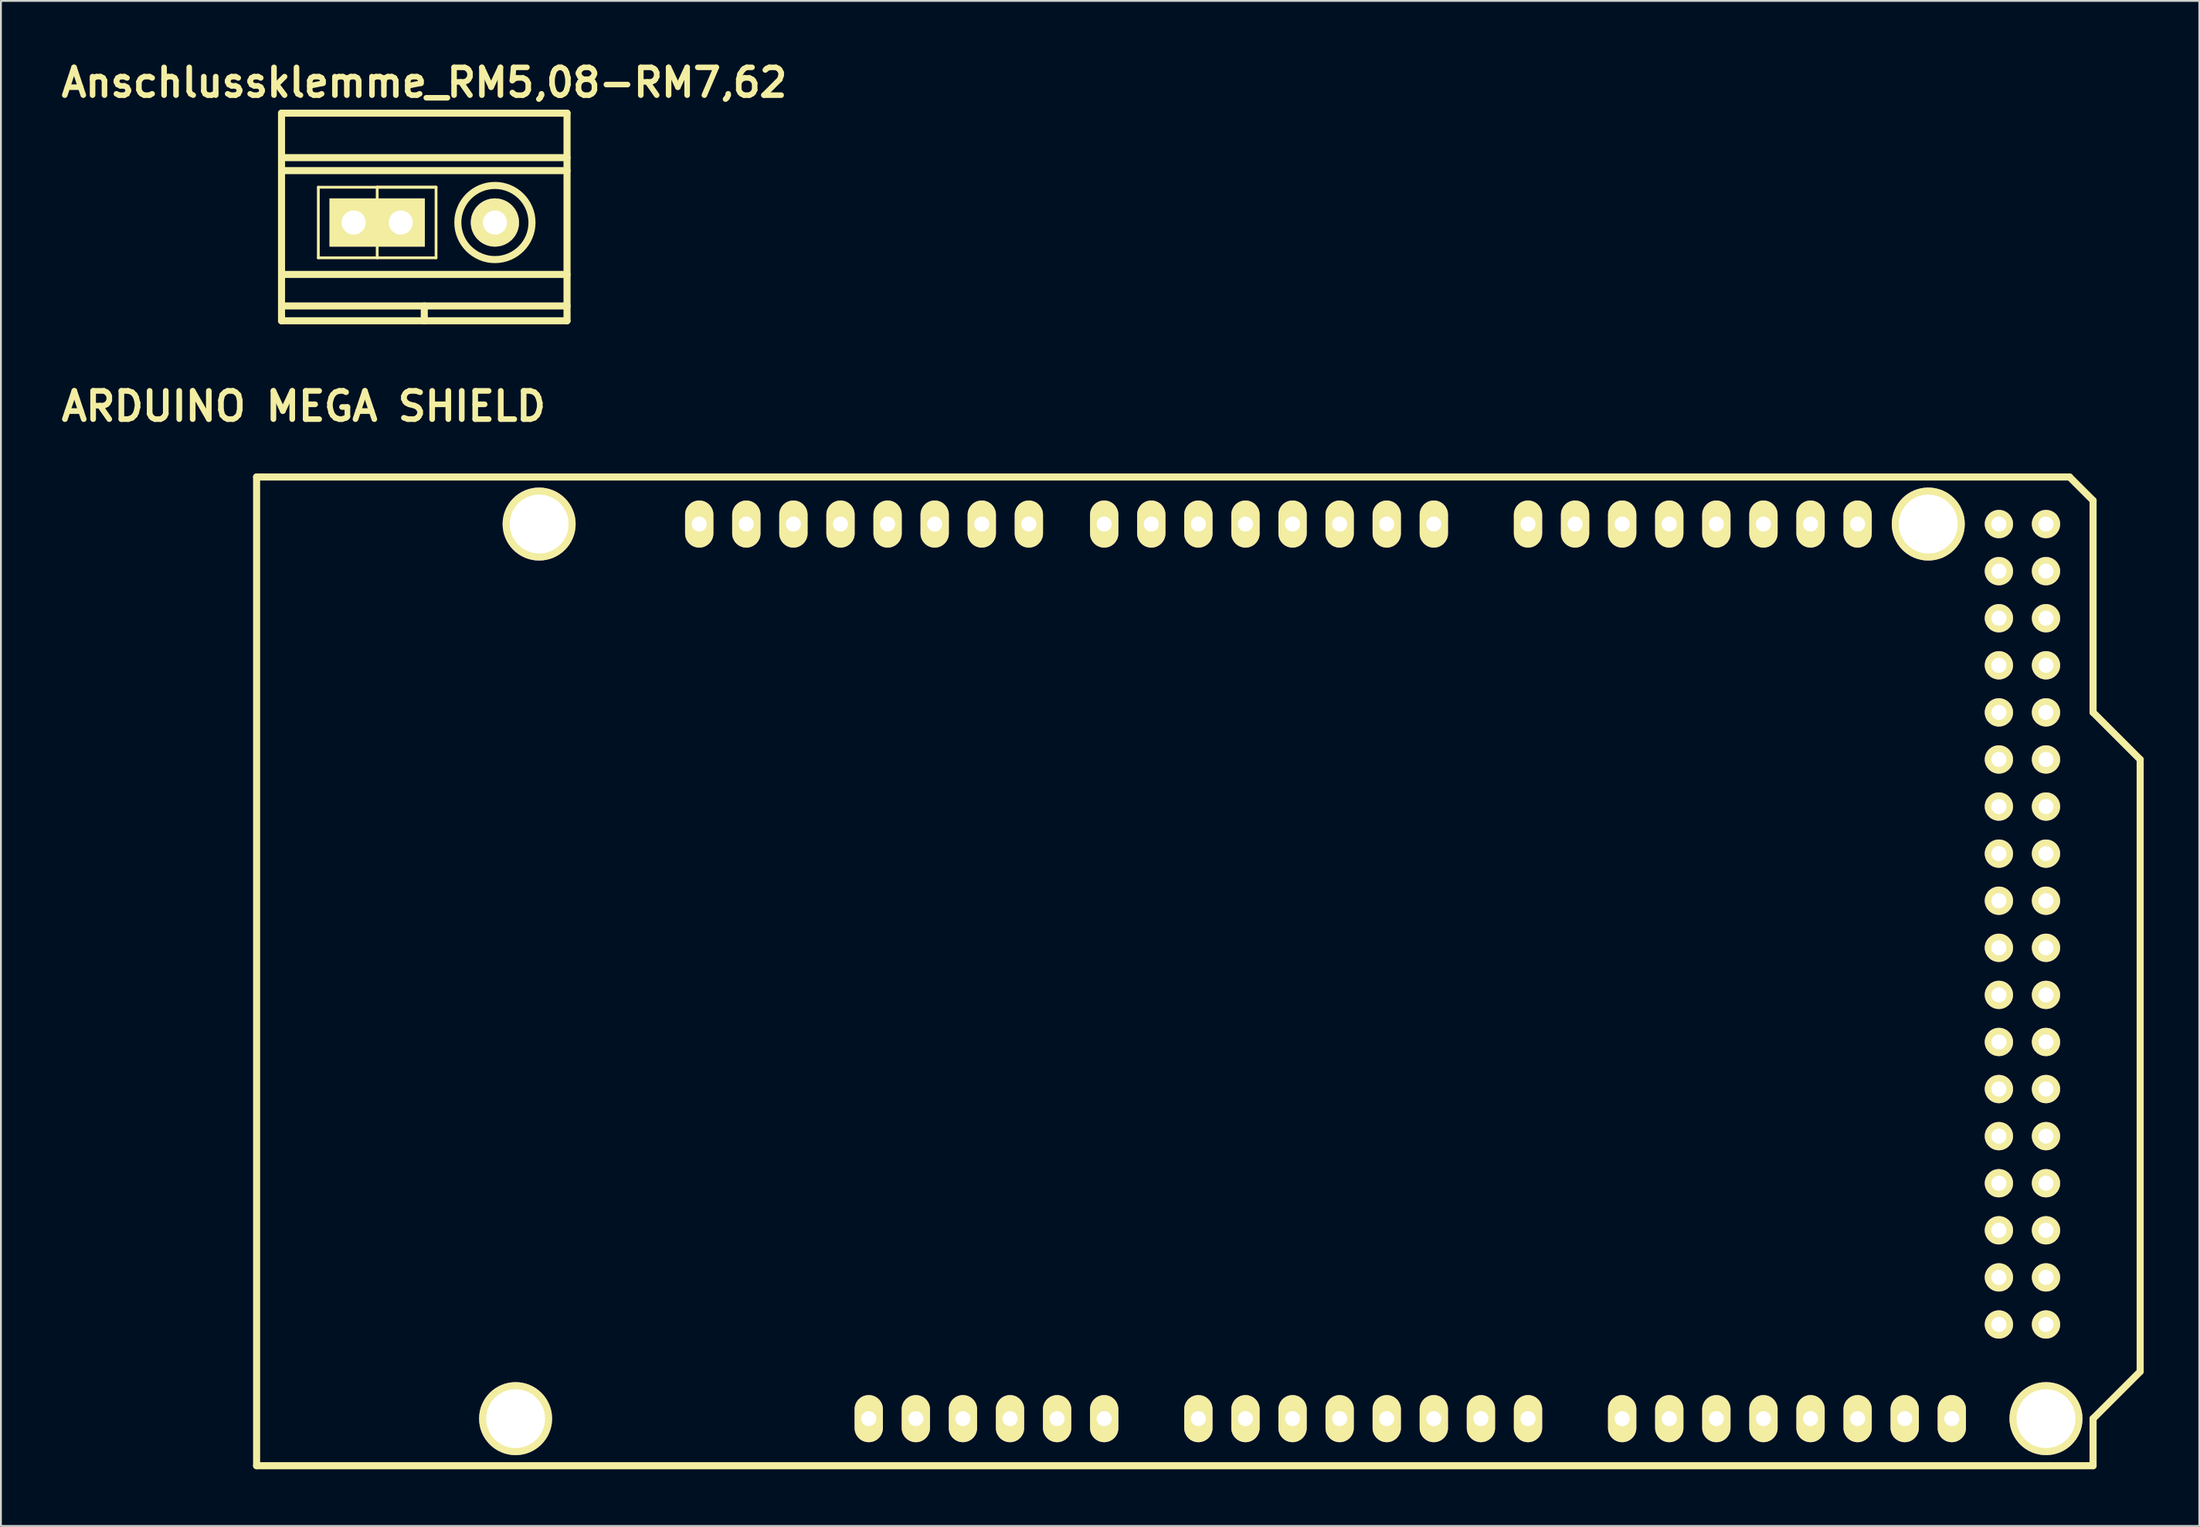
<source format=kicad_pcb>
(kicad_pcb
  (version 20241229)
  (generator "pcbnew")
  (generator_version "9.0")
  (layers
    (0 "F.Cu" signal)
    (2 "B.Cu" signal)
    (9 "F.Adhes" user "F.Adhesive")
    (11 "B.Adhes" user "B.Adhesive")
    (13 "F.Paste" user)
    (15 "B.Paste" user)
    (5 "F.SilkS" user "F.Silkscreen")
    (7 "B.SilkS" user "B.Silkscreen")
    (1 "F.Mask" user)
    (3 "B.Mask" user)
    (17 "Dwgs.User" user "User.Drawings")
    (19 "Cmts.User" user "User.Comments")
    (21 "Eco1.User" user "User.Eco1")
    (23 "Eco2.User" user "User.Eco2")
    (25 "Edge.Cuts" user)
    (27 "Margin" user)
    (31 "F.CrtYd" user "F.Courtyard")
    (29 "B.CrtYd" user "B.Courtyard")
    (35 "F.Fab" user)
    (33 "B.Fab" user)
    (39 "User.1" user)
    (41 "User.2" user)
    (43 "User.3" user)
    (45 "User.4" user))
  (footprint "Anschlussklemme_RM5,08-RM7,62"
    (layer "F.Cu")
    (at 19.836 8.954)
    (property "Reference" "Anschlussklemme_RM5,08-RM7,62" (at 0 -7.55 0) (layer "F.SilkS") (effects (font (size 1.5 1.5) (thickness 0.3))))
    (attr through_hole)
    (fp_line (start -7.7 -5.9) (end -7.7 5.3) (stroke (width 0.381) (type solid)) (layer "F.SilkS"))
    (fp_line (start -7.7 -5.9) (end 7.7 -5.9) (stroke (width 0.381) (type solid)) (layer "F.SilkS"))
    (fp_line (start -7.7 -3.5) (end 7.7 -3.5) (stroke (width 0.381) (type solid)) (layer "F.SilkS"))
    (fp_line (start -7.7 -2.8) (end 7.7 -2.8) (stroke (width 0.381) (type solid)) (layer "F.SilkS"))
    (fp_line (start -7.7 2.8) (end 7.7 2.8) (stroke (width 0.381) (type solid)) (layer "F.SilkS"))
    (fp_line (start -7.7 4.5) (end 7.7 4.5) (stroke (width 0.381) (type solid)) (layer "F.SilkS"))
    (fp_line (start -7.7 5.3) (end 7.7 5.3) (stroke (width 0.381) (type solid)) (layer "F.SilkS"))
    (fp_line (start -5.715 -1.905) (end 0.635 -1.905) (stroke (width 0.15) (type solid)) (layer "F.SilkS"))
    (fp_line (start -5.715 1.905) (end -5.715 -1.905) (stroke (width 0.15) (type solid)) (layer "F.SilkS"))
    (fp_line (start -2.54 -1.905) (end -2.54 1.905) (stroke (width 0.15) (type solid)) (layer "F.SilkS"))
    (fp_line (start 0 4.5) (end 0 5.3) (stroke (width 0.381) (type solid)) (layer "F.SilkS"))
    (fp_line (start 0.635 -1.905) (end -2.54 -1.905) (stroke (width 0.15) (type solid)) (layer "F.SilkS"))
    (fp_line (start 0.635 -1.905) (end 0.635 1.905) (stroke (width 0.15) (type solid)) (layer "F.SilkS"))
    (fp_line (start 0.635 1.905) (end -5.715 1.905) (stroke (width 0.15) (type solid)) (layer "F.SilkS"))
    (fp_line (start 7.7 -5.9) (end 7.7 5.3) (stroke (width 0.381) (type solid)) (layer "F.SilkS"))
    (fp_circle (center 3.81 0) (end 1.81 0) (stroke (width 0.381) (type solid)) (fill no) (layer "F.SilkS"))
    (pad "1" thru_hole rect (at -3.81 0) (size 2.6 2.6) (drill 1.3) (layers "*.Cu" "*.Mask" "F.SilkS"))
    (pad "1" thru_hole rect (at -1.27 0) (size 2.6 2.6) (drill 1.3) (layers "*.Cu" "*.Mask" "F.SilkS"))
    (pad "2" thru_hole circle (at 3.81 0) (size 2.6 2.6) (drill 1.3) (layers "*.Cu" "*.Mask" "F.SilkS")))
  (footprint "ARDUINO MEGA SHIELD"
    (layer "F.Cu")
    (at 10.791 76.021)
    (property "Reference" "ARDUINO MEGA SHIELD" (at 2.54 -57.15 0) (layer "F.SilkS") (effects (font (size 1.524 1.524) (thickness 0.305))))
    (attr through_hole)
    (fp_line (start 0 0) (end 0 -53.34) (stroke (width 0.381) (type solid)) (layer "F.SilkS"))
    (fp_line (start 97.79 -53.34) (end 0 -53.34) (stroke (width 0.381) (type solid)) (layer "F.SilkS"))
    (fp_line (start 99.06 -52.07) (end 97.79 -53.34) (stroke (width 0.381) (type solid)) (layer "F.SilkS"))
    (fp_line (start 99.06 -40.64) (end 99.06 -52.07) (stroke (width 0.381) (type solid)) (layer "F.SilkS"))
    (fp_line (start 99.06 -40.64) (end 101.6 -38.1) (stroke (width 0.381) (type solid)) (layer "F.SilkS"))
    (fp_line (start 99.06 -2.54) (end 99.06 0) (stroke (width 0.381) (type solid)) (layer "F.SilkS"))
    (fp_line (start 99.06 0) (end 0 0) (stroke (width 0.381) (type solid)) (layer "F.SilkS"))
    (fp_line (start 101.6 -38.1) (end 101.6 -5.08) (stroke (width 0.381) (type solid)) (layer "F.SilkS"))
    (fp_line (start 101.6 -5.08) (end 99.06 -2.54) (stroke (width 0.381) (type solid)) (layer "F.SilkS"))
    (pad "" thru_hole circle (at 13.97 -2.54 90) (size 3.937 3.937) (drill 3.175) (layers "*.Cu" "*.Mask" "F.SilkS"))
    (pad "" thru_hole circle (at 15.24 -50.8 90) (size 3.937 3.937) (drill 3.175) (layers "*.Cu" "*.Mask" "F.SilkS"))
    (pad "" thru_hole circle (at 90.17 -50.8 90) (size 3.937 3.937) (drill 3.175) (layers "*.Cu" "*.Mask" "F.SilkS"))
    (pad "" thru_hole circle (at 96.52 -2.54 90) (size 3.937 3.937) (drill 3.175) (layers "*.Cu" "*.Mask" "F.SilkS"))
    (pad "0" thru_hole oval (at 63.5 -50.8 90) (size 2.54 1.524) (drill 0.813) (layers "*.Cu" "*.Mask" "F.SilkS"))
    (pad "1" thru_hole oval (at 60.96 -50.8 90) (size 2.54 1.524) (drill 0.813) (layers "*.Cu" "*.Mask" "F.SilkS"))
    (pad "2" thru_hole oval (at 58.42 -50.8 90) (size 2.54 1.524) (drill 0.813) (layers "*.Cu" "*.Mask" "F.SilkS"))
    (pad "3" thru_hole oval (at 55.88 -50.8 90) (size 2.54 1.524) (drill 0.813) (layers "*.Cu" "*.Mask" "F.SilkS"))
    (pad "3V3" thru_hole oval (at 35.56 -2.54 90) (size 2.54 1.524) (drill 0.813) (layers "*.Cu" "*.Mask" "F.SilkS"))
    (pad "4" thru_hole oval (at 53.34 -50.8 90) (size 2.54 1.524) (drill 0.813) (layers "*.Cu" "*.Mask" "F.SilkS"))
    (pad "5" thru_hole oval (at 50.8 -50.8 90) (size 2.54 1.524) (drill 0.813) (layers "*.Cu" "*.Mask" "F.SilkS"))
    (pad "5V" thru_hole oval (at 38.1 -2.54 90) (size 2.54 1.524) (drill 0.813) (layers "*.Cu" "*.Mask" "F.SilkS"))
    (pad "5V_4" thru_hole circle (at 93.98 -50.8) (size 1.524 1.524) (drill 0.813) (layers "*.Cu" "*.Mask" "F.SilkS"))
    (pad "5V_5" thru_hole circle (at 96.52 -50.8) (size 1.524 1.524) (drill 0.813) (layers "*.Cu" "*.Mask" "F.SilkS"))
    (pad "6" thru_hole oval (at 48.26 -50.8 90) (size 2.54 1.524) (drill 0.813) (layers "*.Cu" "*.Mask" "F.SilkS"))
    (pad "7" thru_hole oval (at 45.72 -50.8 90) (size 2.54 1.524) (drill 0.813) (layers "*.Cu" "*.Mask" "F.SilkS"))
    (pad "8" thru_hole oval (at 41.656 -50.8 90) (size 2.54 1.524) (drill 0.813) (layers "*.Cu" "*.Mask" "F.SilkS"))
    (pad "9" thru_hole oval (at 39.116 -50.8 90) (size 2.54 1.524) (drill 0.813) (layers "*.Cu" "*.Mask" "F.SilkS"))
    (pad "10" thru_hole oval (at 36.576 -50.8 90) (size 2.54 1.524) (drill 0.813) (layers "*.Cu" "*.Mask" "F.SilkS"))
    (pad "11" thru_hole oval (at 34.036 -50.8 90) (size 2.54 1.524) (drill 0.813) (layers "*.Cu" "*.Mask" "F.SilkS"))
    (pad "12" thru_hole oval (at 31.496 -50.8 90) (size 2.54 1.524) (drill 0.813) (layers "*.Cu" "*.Mask" "F.SilkS"))
    (pad "13" thru_hole oval (at 28.956 -50.8 90) (size 2.54 1.524) (drill 0.813) (layers "*.Cu" "*.Mask" "F.SilkS"))
    (pad "14" thru_hole oval (at 68.58 -50.8 90) (size 2.54 1.524) (drill 0.813) (layers "*.Cu" "*.Mask" "F.SilkS"))
    (pad "15" thru_hole oval (at 71.12 -50.8 90) (size 2.54 1.524) (drill 0.813) (layers "*.Cu" "*.Mask" "F.SilkS"))
    (pad "16" thru_hole oval (at 73.66 -50.8 90) (size 2.54 1.524) (drill 0.813) (layers "*.Cu" "*.Mask" "F.SilkS"))
    (pad "17" thru_hole oval (at 76.2 -50.8 90) (size 2.54 1.524) (drill 0.813) (layers "*.Cu" "*.Mask" "F.SilkS"))
    (pad "18" thru_hole oval (at 78.74 -50.8 90) (size 2.54 1.524) (drill 0.813) (layers "*.Cu" "*.Mask" "F.SilkS"))
    (pad "19" thru_hole oval (at 81.28 -50.8 90) (size 2.54 1.524) (drill 0.813) (layers "*.Cu" "*.Mask" "F.SilkS"))
    (pad "20" thru_hole oval (at 83.82 -50.8 90) (size 2.54 1.524) (drill 0.813) (layers "*.Cu" "*.Mask" "F.SilkS"))
    (pad "21" thru_hole oval (at 86.36 -50.8 90) (size 2.54 1.524) (drill 0.813) (layers "*.Cu" "*.Mask" "F.SilkS"))
    (pad "22" thru_hole circle (at 93.98 -48.26) (size 1.524 1.524) (drill 0.813) (layers "*.Cu" "*.Mask" "F.SilkS"))
    (pad "23" thru_hole circle (at 96.52 -48.26) (size 1.524 1.524) (drill 0.813) (layers "*.Cu" "*.Mask" "F.SilkS"))
    (pad "24" thru_hole circle (at 93.98 -45.72) (size 1.524 1.524) (drill 0.813) (layers "*.Cu" "*.Mask" "F.SilkS"))
    (pad "25" thru_hole circle (at 96.52 -45.72) (size 1.524 1.524) (drill 0.813) (layers "*.Cu" "*.Mask" "F.SilkS"))
    (pad "26" thru_hole circle (at 93.98 -43.18) (size 1.524 1.524) (drill 0.813) (layers "*.Cu" "*.Mask" "F.SilkS"))
    (pad "27" thru_hole circle (at 96.52 -43.18) (size 1.524 1.524) (drill 0.813) (layers "*.Cu" "*.Mask" "F.SilkS"))
    (pad "28" thru_hole circle (at 93.98 -40.64) (size 1.524 1.524) (drill 0.813) (layers "*.Cu" "*.Mask" "F.SilkS"))
    (pad "29" thru_hole circle (at 96.52 -40.64) (size 1.524 1.524) (drill 0.813) (layers "*.Cu" "*.Mask" "F.SilkS"))
    (pad "30" thru_hole circle (at 93.98 -38.1) (size 1.524 1.524) (drill 0.813) (layers "*.Cu" "*.Mask" "F.SilkS"))
    (pad "31" thru_hole circle (at 96.52 -38.1) (size 1.524 1.524) (drill 0.813) (layers "*.Cu" "*.Mask" "F.SilkS"))
    (pad "32" thru_hole circle (at 93.98 -35.56) (size 1.524 1.524) (drill 0.813) (layers "*.Cu" "*.Mask" "F.SilkS"))
    (pad "33" thru_hole circle (at 96.52 -35.56) (size 1.524 1.524) (drill 0.813) (layers "*.Cu" "*.Mask" "F.SilkS"))
    (pad "34" thru_hole circle (at 93.98 -33.02) (size 1.524 1.524) (drill 0.813) (layers "*.Cu" "*.Mask" "F.SilkS"))
    (pad "35" thru_hole circle (at 96.52 -33.02) (size 1.524 1.524) (drill 0.813) (layers "*.Cu" "*.Mask" "F.SilkS"))
    (pad "36" thru_hole circle (at 93.98 -30.48) (size 1.524 1.524) (drill 0.813) (layers "*.Cu" "*.Mask" "F.SilkS"))
    (pad "37" thru_hole circle (at 96.52 -30.48) (size 1.524 1.524) (drill 0.813) (layers "*.Cu" "*.Mask" "F.SilkS"))
    (pad "38" thru_hole circle (at 93.98 -27.94) (size 1.524 1.524) (drill 0.813) (layers "*.Cu" "*.Mask" "F.SilkS"))
    (pad "39" thru_hole circle (at 96.52 -27.94) (size 1.524 1.524) (drill 0.813) (layers "*.Cu" "*.Mask" "F.SilkS"))
    (pad "40" thru_hole circle (at 93.98 -25.4) (size 1.524 1.524) (drill 0.813) (layers "*.Cu" "*.Mask" "F.SilkS"))
    (pad "41" thru_hole circle (at 96.52 -25.4) (size 1.524 1.524) (drill 0.813) (layers "*.Cu" "*.Mask" "F.SilkS"))
    (pad "42" thru_hole circle (at 93.98 -22.86) (size 1.524 1.524) (drill 0.813) (layers "*.Cu" "*.Mask" "F.SilkS"))
    (pad "43" thru_hole circle (at 96.52 -22.86) (size 1.524 1.524) (drill 0.813) (layers "*.Cu" "*.Mask" "F.SilkS"))
    (pad "44" thru_hole circle (at 93.98 -20.32) (size 1.524 1.524) (drill 0.813) (layers "*.Cu" "*.Mask" "F.SilkS"))
    (pad "45" thru_hole circle (at 96.52 -20.32) (size 1.524 1.524) (drill 0.813) (layers "*.Cu" "*.Mask" "F.SilkS"))
    (pad "46" thru_hole circle (at 93.98 -17.78) (size 1.524 1.524) (drill 0.813) (layers "*.Cu" "*.Mask" "F.SilkS"))
    (pad "47" thru_hole circle (at 96.52 -17.78) (size 1.524 1.524) (drill 0.813) (layers "*.Cu" "*.Mask" "F.SilkS"))
    (pad "48" thru_hole circle (at 93.98 -15.24) (size 1.524 1.524) (drill 0.813) (layers "*.Cu" "*.Mask" "F.SilkS"))
    (pad "49" thru_hole circle (at 96.52 -15.24) (size 1.524 1.524) (drill 0.813) (layers "*.Cu" "*.Mask" "F.SilkS"))
    (pad "50" thru_hole circle (at 93.98 -12.7) (size 1.524 1.524) (drill 0.813) (layers "*.Cu" "*.Mask" "F.SilkS"))
    (pad "51" thru_hole circle (at 96.52 -12.7) (size 1.524 1.524) (drill 0.813) (layers "*.Cu" "*.Mask" "F.SilkS"))
    (pad "52" thru_hole circle (at 93.98 -10.16) (size 1.524 1.524) (drill 0.813) (layers "*.Cu" "*.Mask" "F.SilkS"))
    (pad "53" thru_hole circle (at 96.52 -10.16) (size 1.524 1.524) (drill 0.813) (layers "*.Cu" "*.Mask" "F.SilkS"))
    (pad "AD0" thru_hole oval (at 50.8 -2.54 90) (size 2.54 1.524) (drill 0.813) (layers "*.Cu" "*.Mask" "F.SilkS"))
    (pad "AD1" thru_hole oval (at 53.34 -2.54 90) (size 2.54 1.524) (drill 0.813) (layers "*.Cu" "*.Mask" "F.SilkS"))
    (pad "AD2" thru_hole oval (at 55.88 -2.54 90) (size 2.54 1.524) (drill 0.813) (layers "*.Cu" "*.Mask" "F.SilkS"))
    (pad "AD3" thru_hole oval (at 58.42 -2.54 90) (size 2.54 1.524) (drill 0.813) (layers "*.Cu" "*.Mask" "F.SilkS"))
    (pad "AD4" thru_hole oval (at 60.96 -2.54 90) (size 2.54 1.524) (drill 0.813) (layers "*.Cu" "*.Mask" "F.SilkS"))
    (pad "AD5" thru_hole oval (at 63.5 -2.54 90) (size 2.54 1.524) (drill 0.813) (layers "*.Cu" "*.Mask" "F.SilkS"))
    (pad "AD6" thru_hole oval (at 66.04 -2.54 90) (size 2.54 1.524) (drill 0.813) (layers "*.Cu" "*.Mask" "F.SilkS"))
    (pad "AD7" thru_hole oval (at 68.58 -2.54 90) (size 2.54 1.524) (drill 0.813) (layers "*.Cu" "*.Mask" "F.SilkS"))
    (pad "AD8" thru_hole oval (at 73.66 -2.54 90) (size 2.54 1.524) (drill 0.813) (layers "*.Cu" "*.Mask" "F.SilkS"))
    (pad "AD9" thru_hole oval (at 76.2 -2.54 90) (size 2.54 1.524) (drill 0.813) (layers "*.Cu" "*.Mask" "F.SilkS"))
    (pad "AD10" thru_hole oval (at 78.74 -2.54 90) (size 2.54 1.524) (drill 0.813) (layers "*.Cu" "*.Mask" "F.SilkS"))
    (pad "AD11" thru_hole oval (at 81.28 -2.54 90) (size 2.54 1.524) (drill 0.813) (layers "*.Cu" "*.Mask" "F.SilkS"))
    (pad "AD12" thru_hole oval (at 83.82 -2.54 90) (size 2.54 1.524) (drill 0.813) (layers "*.Cu" "*.Mask" "F.SilkS"))
    (pad "AD13" thru_hole oval (at 86.36 -2.54 90) (size 2.54 1.524) (drill 0.813) (layers "*.Cu" "*.Mask" "F.SilkS"))
    (pad "AD14" thru_hole oval (at 88.9 -2.54 90) (size 2.54 1.524) (drill 0.813) (layers "*.Cu" "*.Mask" "F.SilkS"))
    (pad "AD15" thru_hole oval (at 91.44 -2.54 90) (size 2.54 1.524) (drill 0.813) (layers "*.Cu" "*.Mask" "F.SilkS"))
    (pad "AREF" thru_hole oval (at 23.876 -50.8 90) (size 2.54 1.524) (drill 0.813) (layers "*.Cu" "*.Mask" "F.SilkS"))
    (pad "GND1" thru_hole oval (at 40.64 -2.54 90) (size 2.54 1.524) (drill 0.813) (layers "*.Cu" "*.Mask" "F.SilkS"))
    (pad "GND2" thru_hole oval (at 43.18 -2.54 90) (size 2.54 1.524) (drill 0.813) (layers "*.Cu" "*.Mask" "F.SilkS"))
    (pad "GND3" thru_hole oval (at 26.416 -50.8 90) (size 2.54 1.524) (drill 0.813) (layers "*.Cu" "*.Mask" "F.SilkS"))
    (pad "GND4" thru_hole circle (at 93.98 -7.62) (size 1.524 1.524) (drill 0.813) (layers "*.Cu" "*.Mask" "F.SilkS"))
    (pad "GND5" thru_hole circle (at 96.52 -7.62) (size 1.524 1.524) (drill 0.813) (layers "*.Cu" "*.Mask" "F.SilkS"))
    (pad "RST" thru_hole oval (at 33.02 -2.54 90) (size 2.54 1.524) (drill 0.813) (layers "*.Cu" "*.Mask" "F.SilkS"))
    (pad "V_IN" thru_hole oval (at 45.72 -2.54 90) (size 2.54 1.524) (drill 0.813) (layers "*.Cu" "*.Mask" "F.SilkS")))
  (gr_rect
    (start -3 -3)
    (end 115.582 79.271)
    (stroke (width 0.1) (type default))
    (fill no)
    (layer "Edge.Cuts")))
</source>
